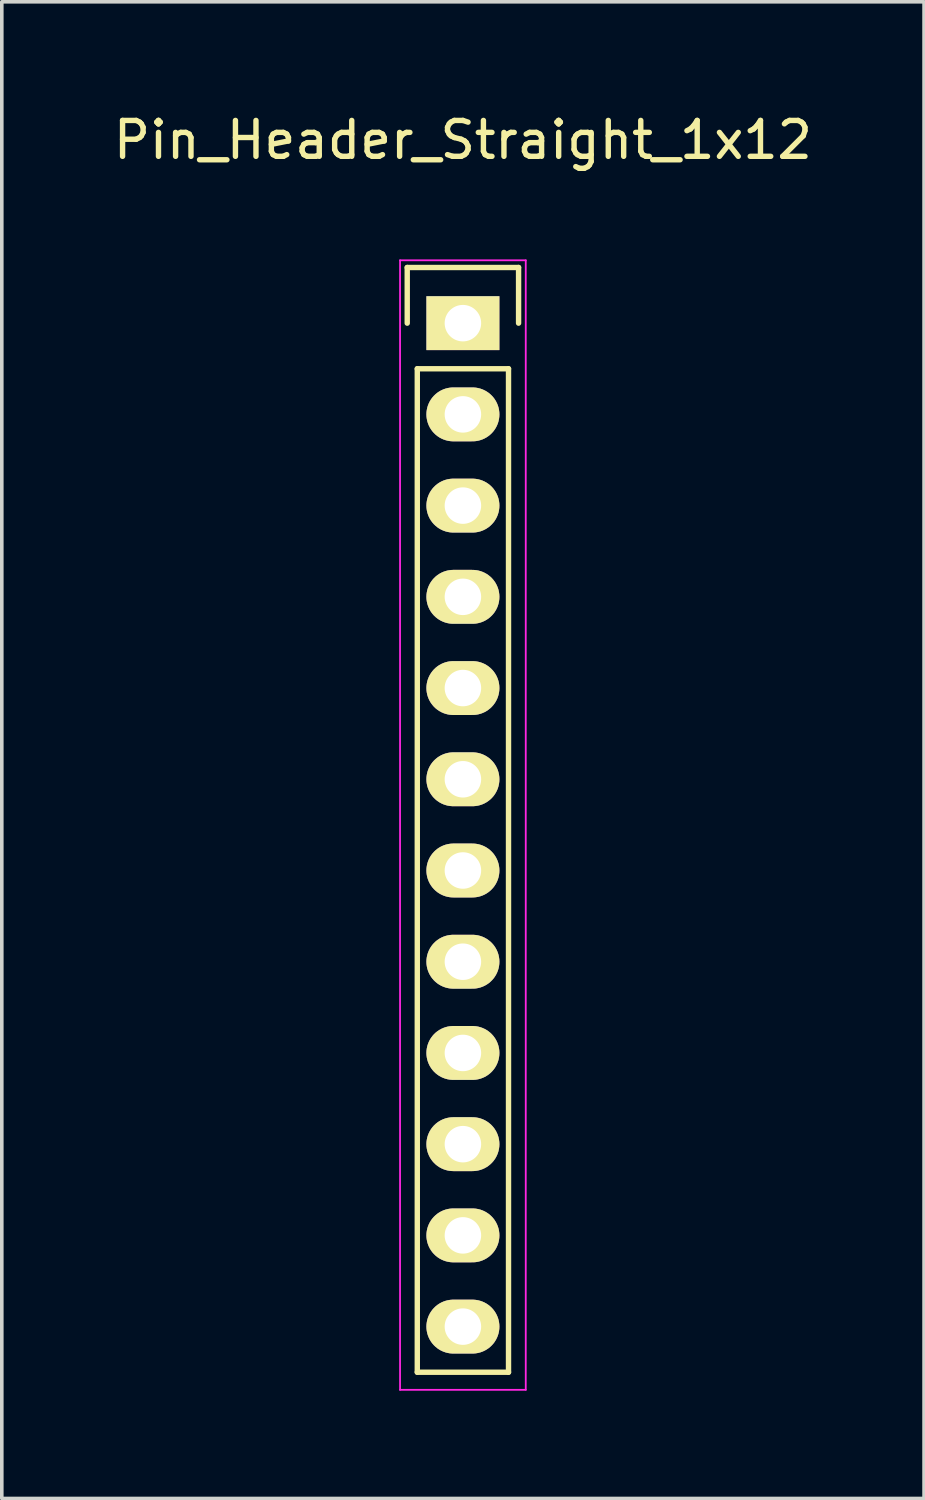
<source format=kicad_pcb>
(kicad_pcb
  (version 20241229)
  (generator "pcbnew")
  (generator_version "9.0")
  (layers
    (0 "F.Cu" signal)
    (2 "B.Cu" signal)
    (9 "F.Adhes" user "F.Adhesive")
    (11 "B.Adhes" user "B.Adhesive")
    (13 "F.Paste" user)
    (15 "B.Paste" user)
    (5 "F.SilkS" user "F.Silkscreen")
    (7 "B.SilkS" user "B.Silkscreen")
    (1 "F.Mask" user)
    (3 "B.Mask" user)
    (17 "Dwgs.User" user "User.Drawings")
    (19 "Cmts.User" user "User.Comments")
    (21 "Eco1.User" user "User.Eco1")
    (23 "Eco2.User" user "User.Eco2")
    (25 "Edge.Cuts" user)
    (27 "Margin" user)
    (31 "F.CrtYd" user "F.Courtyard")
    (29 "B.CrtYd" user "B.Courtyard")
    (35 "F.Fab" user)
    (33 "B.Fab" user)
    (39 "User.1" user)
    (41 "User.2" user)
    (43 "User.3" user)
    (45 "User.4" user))
  (footprint "Pin_Header_Straight_1x12"
    (layer "F.Cu")
    (at 9.839 5.948)
    (property "Reference" "Pin_Header_Straight_1x12" (at 0 -5.1 0) (layer "F.SilkS") (effects (font (size 1 1) (thickness 0.15))))
    (attr through_hole)
    (fp_line (start -1.55 -1.55) (end 1.55 -1.55) (stroke (width 0.15) (type solid)) (layer "F.SilkS"))
    (fp_line (start -1.55 0) (end -1.55 -1.55) (stroke (width 0.15) (type solid)) (layer "F.SilkS"))
    (fp_line (start -1.27 29.21) (end -1.27 1.27) (stroke (width 0.15) (type solid)) (layer "F.SilkS"))
    (fp_line (start 1.27 1.27) (end -1.27 1.27) (stroke (width 0.15) (type solid)) (layer "F.SilkS"))
    (fp_line (start 1.27 1.27) (end 1.27 29.21) (stroke (width 0.15) (type solid)) (layer "F.SilkS"))
    (fp_line (start 1.27 29.21) (end -1.27 29.21) (stroke (width 0.15) (type solid)) (layer "F.SilkS"))
    (fp_line (start 1.55 -1.55) (end 1.55 0) (stroke (width 0.15) (type solid)) (layer "F.SilkS"))
    (fp_line (start -1.75 -1.75) (end -1.75 29.7) (stroke (width 0.05) (type solid)) (layer "F.CrtYd"))
    (fp_line (start -1.75 -1.75) (end 1.75 -1.75) (stroke (width 0.05) (type solid)) (layer "F.CrtYd"))
    (fp_line (start -1.75 29.7) (end 1.75 29.7) (stroke (width 0.05) (type solid)) (layer "F.CrtYd"))
    (fp_line (start 1.75 -1.75) (end 1.75 29.7) (stroke (width 0.05) (type solid)) (layer "F.CrtYd"))
    (pad "1" thru_hole rect (at 0 0) (size 2.032 1.5) (drill 1.016) (layers "*.Cu" "*.Mask" "F.SilkS"))
    (pad "2" thru_hole oval (at 0 2.54) (size 2.032 1.5) (drill 1.016) (layers "*.Cu" "*.Mask" "F.SilkS"))
    (pad "3" thru_hole oval (at 0 5.08) (size 2.032 1.5) (drill 1.016) (layers "*.Cu" "*.Mask" "F.SilkS"))
    (pad "4" thru_hole oval (at 0 7.62) (size 2.032 1.5) (drill 1.016) (layers "*.Cu" "*.Mask" "F.SilkS"))
    (pad "5" thru_hole oval (at 0 10.16) (size 2.032 1.5) (drill 1.016) (layers "*.Cu" "*.Mask" "F.SilkS"))
    (pad "6" thru_hole oval (at 0 12.7) (size 2.032 1.5) (drill 1.016) (layers "*.Cu" "*.Mask" "F.SilkS"))
    (pad "7" thru_hole oval (at 0 15.24) (size 2.032 1.5) (drill 1.016) (layers "*.Cu" "*.Mask" "F.SilkS"))
    (pad "8" thru_hole oval (at 0 17.78) (size 2.032 1.5) (drill 1.016) (layers "*.Cu" "*.Mask" "F.SilkS"))
    (pad "9" thru_hole oval (at 0 20.32) (size 2.032 1.5) (drill 1.016) (layers "*.Cu" "*.Mask" "F.SilkS"))
    (pad "10" thru_hole oval (at 0 22.86) (size 2.032 1.5) (drill 1.016) (layers "*.Cu" "*.Mask" "F.SilkS"))
    (pad "11" thru_hole oval (at 0 25.4) (size 2.032 1.5) (drill 1.016) (layers "*.Cu" "*.Mask" "F.SilkS"))
    (pad "12" thru_hole oval (at 0 27.94) (size 2.032 1.5) (drill 1.016) (layers "*.Cu" "*.Mask" "F.SilkS")))
  (gr_rect
    (start -3 -3)
    (end 22.679 38.673)
    (stroke (width 0.1) (type default))
    (fill no)
    (layer "Edge.Cuts")))
</source>
